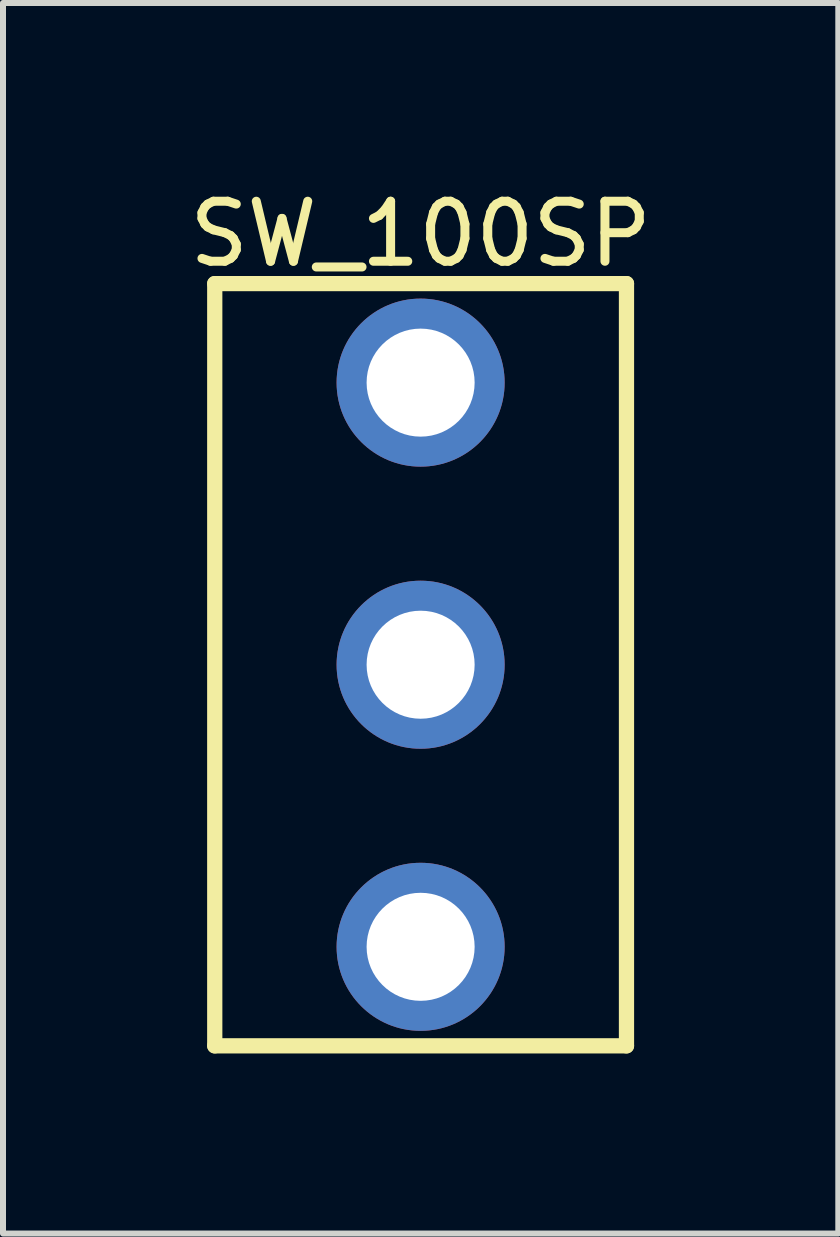
<source format=kicad_pcb>
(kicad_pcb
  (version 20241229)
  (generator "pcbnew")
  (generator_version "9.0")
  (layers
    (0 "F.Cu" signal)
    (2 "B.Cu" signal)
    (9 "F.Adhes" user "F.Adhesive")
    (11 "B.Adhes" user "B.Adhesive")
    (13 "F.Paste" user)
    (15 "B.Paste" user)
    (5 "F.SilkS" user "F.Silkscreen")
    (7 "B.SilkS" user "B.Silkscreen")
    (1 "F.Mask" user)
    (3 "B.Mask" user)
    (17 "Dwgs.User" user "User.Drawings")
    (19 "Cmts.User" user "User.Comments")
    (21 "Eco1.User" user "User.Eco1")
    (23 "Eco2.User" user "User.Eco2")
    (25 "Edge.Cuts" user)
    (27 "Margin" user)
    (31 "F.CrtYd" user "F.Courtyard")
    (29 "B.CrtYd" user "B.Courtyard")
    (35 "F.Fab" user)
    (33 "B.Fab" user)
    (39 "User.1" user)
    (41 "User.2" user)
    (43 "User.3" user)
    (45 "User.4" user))
  (footprint "SW_100SP"
    (layer "F.Cu")
    (at 3.958 8.025)
    (property "Reference" "SW_100SP" (at 0 -7.177 0) (layer "F.SilkS") (effects (font (size 1 1) (thickness 0.15))))
    (fp_line (start -3.43 -6.35) (end 3.43 -6.35) (stroke (width 0.254) (type solid)) (layer "F.SilkS"))
    (fp_line (start -3.43 6.35) (end -3.43 -6.35) (stroke (width 0.254) (type solid)) (layer "F.SilkS"))
    (fp_line (start -3.43 6.35) (end 3.43 6.35) (stroke (width 0.254) (type solid)) (layer "F.SilkS"))
    (fp_line (start 3.43 6.35) (end 3.43 -6.35) (stroke (width 0.254) (type solid)) (layer "F.SilkS"))
    (pad "1" thru_hole circle (at 0 4.7) (size 2.8 2.8) (drill 1.8) (layers "*.Cu" "*.Mask"))
    (pad "2" thru_hole circle (at 0 0) (size 2.8 2.8) (drill 1.8) (layers "*.Cu" "*.Mask"))
    (pad "3" thru_hole circle (at 0 -4.7) (size 2.8 2.8) (drill 1.8) (layers "*.Cu" "*.Mask")))
  (gr_rect
    (start -3 -3)
    (end 10.917 17.502)
    (stroke (width 0.1) (type default))
    (fill no)
    (layer "Edge.Cuts")))
</source>
